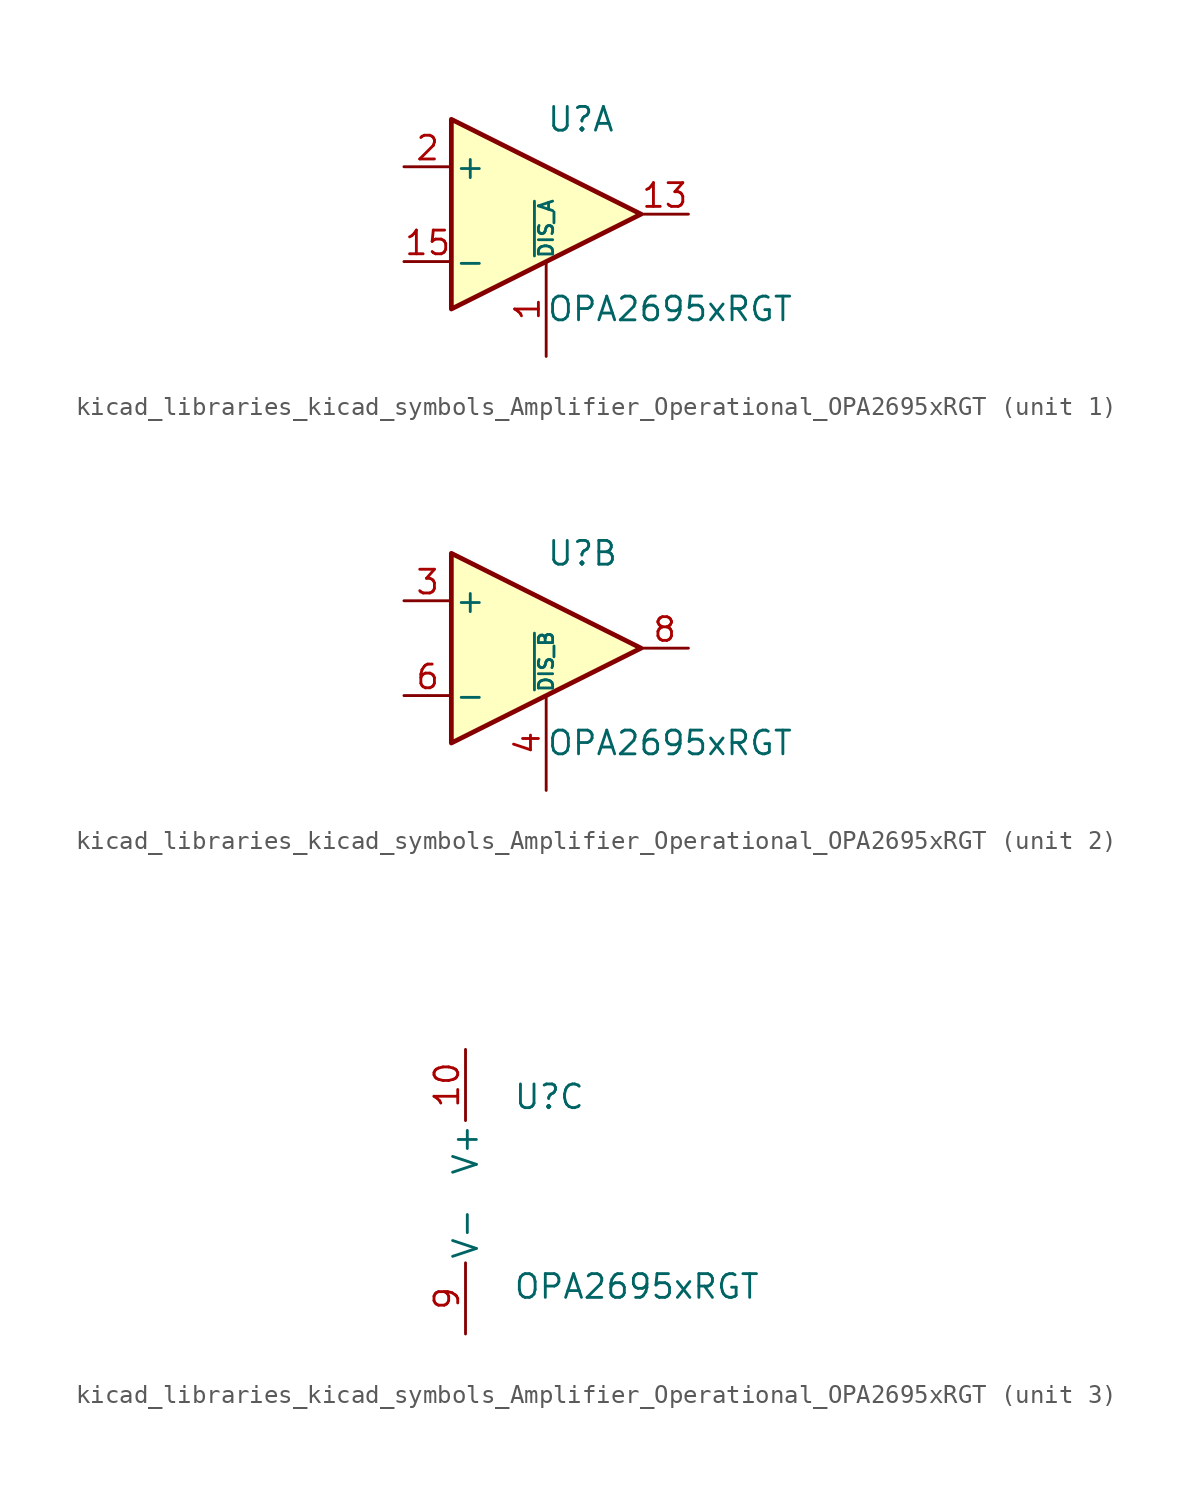
<source format=kicad_sym>
(kicad_symbol_lib
  (version 20220914)
  (generator kicad_symbol_editor)
  (symbol "kicad_libraries_kicad_symbols_Amplifier_Operational_OPA2695xRGT"
    (pin_names
      (offset 0.127))
    (property "Reference" "U"
      (at 0 5.08 0)
      (effects (font (size 1.27 1.27)) (justify left)))
    (property "Value" "OPA2695xRGT"
      (at 0 -5.08 0)
      (effects (font (size 1.27 1.27)) (justify left)))
    (property "ki_locked" ""
      (at 0 0 0)
      (effects (font (size 1.27 1.27))))
    (symbol "kicad_libraries_kicad_symbols_Amplifier_Operational_OPA2695xRGT_1_1"
      (polyline (pts (xy -5.08 5.08) (xy 5.08 0) (xy -5.08 -5.08) (xy -5.08 5.08)) (stroke (width 0.254) (type default)) (fill (type background)))
      (pin input line (at 0 -7.62 90) (length 5.08) (name "~{DIS_A}" (effects (font (size 0.762 0.762)))) (number "1" (effects (font (size 1.27 1.27)))))
      (pin output line (at 7.62 0 180) (length 2.54) (name "~" (effects (font (size 1.27 1.27)))) (number "13" (effects (font (size 1.27 1.27)))))
      (pin no_connect line (at 0 -2.54 90) (length 2.54) hide (name "NC" (effects (font (size 1.27 1.27)))) (number "14" (effects (font (size 1.27 1.27)))))
      (pin input line (at -7.62 -2.54 0) (length 2.54) (name "-" (effects (font (size 1.27 1.27)))) (number "15" (effects (font (size 1.27 1.27)))))
      (pin input line (at -7.62 2.54 0) (length 2.54) (name "+" (effects (font (size 1.27 1.27)))) (number "2" (effects (font (size 1.27 1.27)))))
      (pin no_connect line (at 0 2.54 270) (length 2.54) hide (name "NC" (effects (font (size 1.27 1.27)))) (number "5" (effects (font (size 1.27 1.27))))))
    (symbol "kicad_libraries_kicad_symbols_Amplifier_Operational_OPA2695xRGT_2_1"
      (polyline (pts (xy -5.08 5.08) (xy 5.08 0) (xy -5.08 -5.08) (xy -5.08 5.08)) (stroke (width 0.254) (type default)) (fill (type background)))
      (pin no_connect line (at 0 -2.54 90) (length 2.54) hide (name "NC" (effects (font (size 1.27 1.27)))) (number "16" (effects (font (size 1.27 1.27)))))
      (pin input line (at -7.62 2.54 0) (length 2.54) (name "+" (effects (font (size 1.27 1.27)))) (number "3" (effects (font (size 1.27 1.27)))))
      (pin input line (at 0 -7.62 90) (length 5.08) (name "~{DIS_B}" (effects (font (size 0.762 0.762)))) (number "4" (effects (font (size 1.27 1.27)))))
      (pin input line (at -7.62 -2.54 0) (length 2.54) (name "-" (effects (font (size 1.27 1.27)))) (number "6" (effects (font (size 1.27 1.27)))))
      (pin no_connect line (at 0 2.54 270) (length 2.54) hide (name "NC" (effects (font (size 1.27 1.27)))) (number "7" (effects (font (size 1.27 1.27)))))
      (pin output line (at 7.62 0 180) (length 2.54) (name "~" (effects (font (size 1.27 1.27)))) (number "8" (effects (font (size 1.27 1.27))))))
    (symbol "kicad_libraries_kicad_symbols_Amplifier_Operational_OPA2695xRGT_3_1"
      (pin power_in line (at -2.54 7.62 270) (length 3.81) (name "V+" (effects (font (size 1.27 1.27)))) (number "10" (effects (font (size 1.27 1.27)))))
      (pin passive line (at -2.54 7.62 90) (length 3.81) hide (name "V+" (effects (font (size 1.27 1.27)))) (number "11" (effects (font (size 1.27 1.27)))))
      (pin passive line (at -2.54 -7.62 90) (length 3.81) hide (name "V-" (effects (font (size 1.27 1.27)))) (number "12" (effects (font (size 1.27 1.27)))))
      (pin power_in line (at -2.54 -7.62 90) (length 3.81) (name "V-" (effects (font (size 1.27 1.27)))) (number "9" (effects (font (size 1.27 1.27))))))))
</source>
